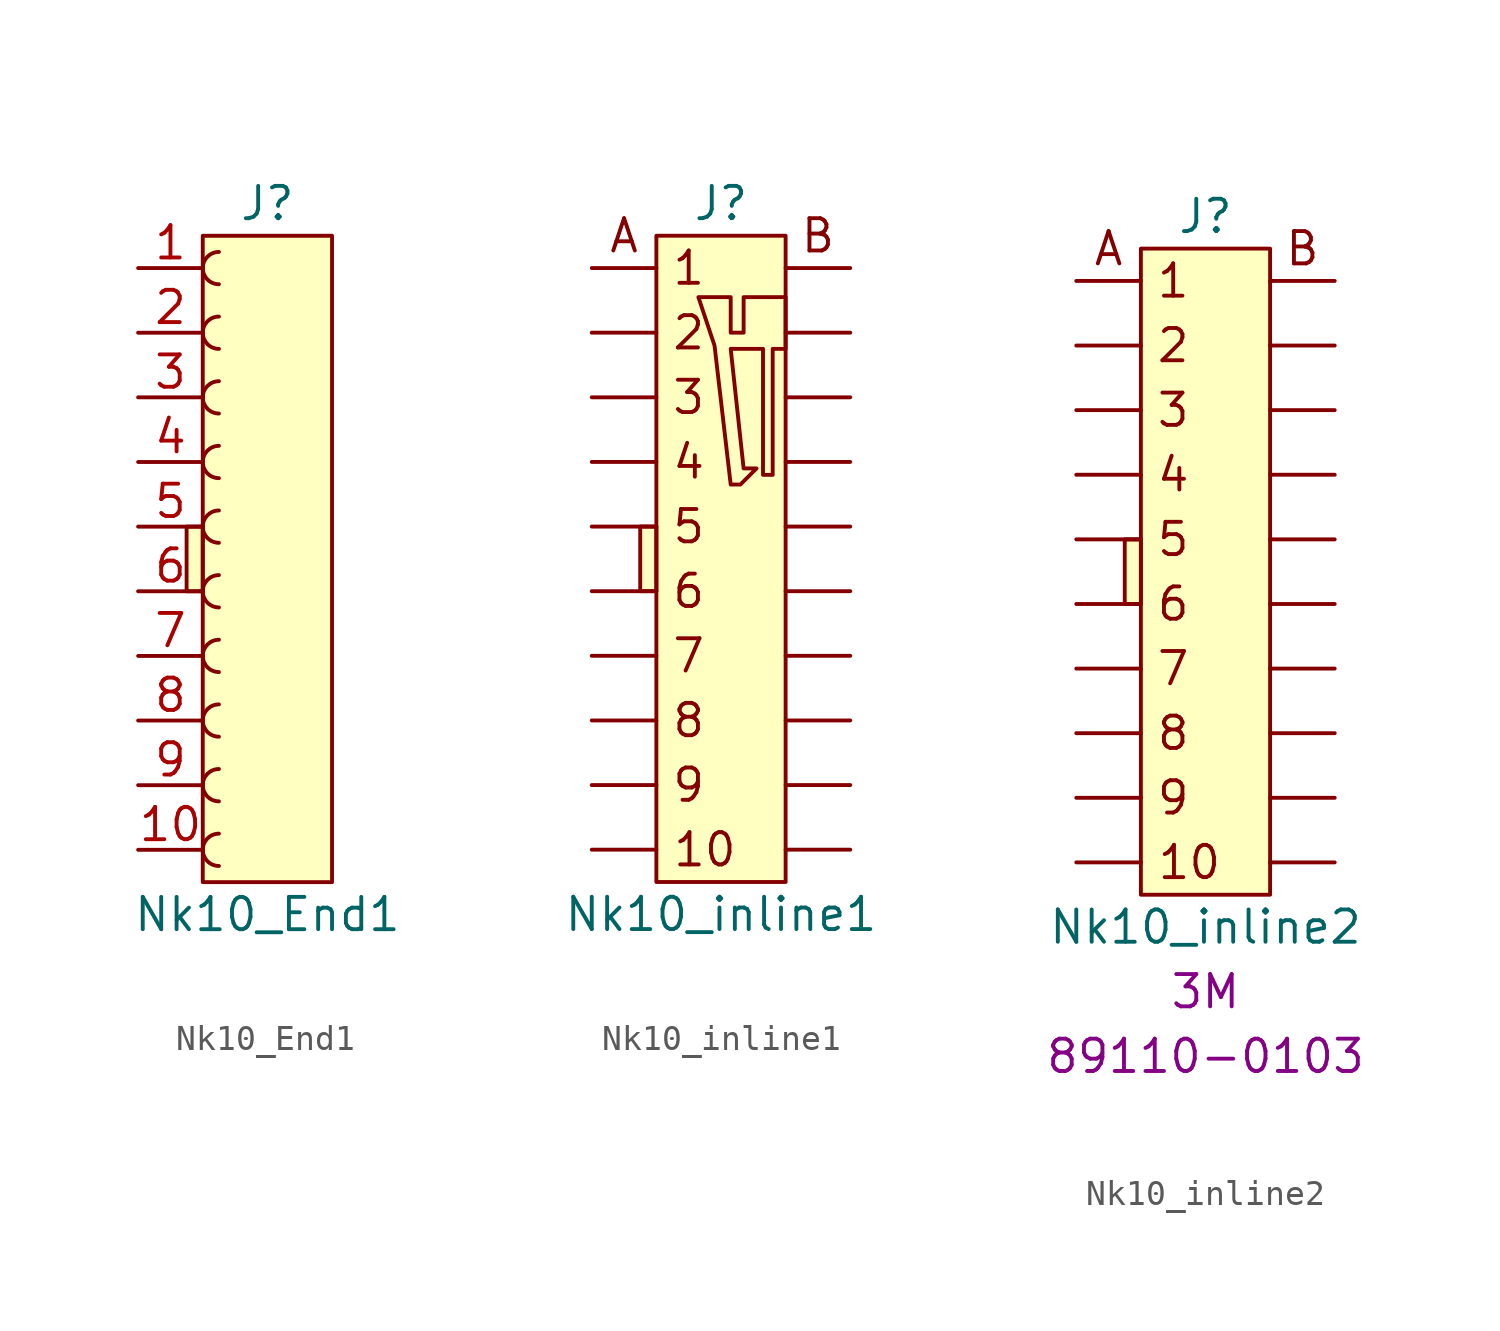
<source format=kicad_sym>
(kicad_symbol_lib
  (version 20220914)
  (generator kicad_symbol_editor)
  (symbol "Nk10_End1"
    (pin_names hide)
    (property "Reference" "J"
      (at 0 13.97 0)
      (effects (font (size 1.27 1.27))))
    (property "Value" "Nk10_End1"
      (at 0 -13.97 0)
      (effects (font (size 1.27 1.27))))
    (symbol "Nk10_End1_0_0"
      (rectangle (start -3.175 1.27) (end -2.54 -1.27) (stroke (width 0) (type default)) (fill (type background)))
      (pin passive line (at -5.08 -11.43 0) (length 2.54) (name "Pin_10" (effects (font (size 1.27 1.27)))) (number "10" (effects (font (size 1.27 1.27)))))
      (pin passive line (at -5.08 -3.81 0) (length 2.54) (name "Pin_7" (effects (font (size 1.27 1.27)))) (number "7" (effects (font (size 1.27 1.27)))))
      (pin passive line (at -5.08 -6.35 0) (length 2.54) (name "Pin_8" (effects (font (size 1.27 1.27)))) (number "8" (effects (font (size 1.27 1.27)))))
      (pin passive line (at -5.08 -8.89 0) (length 2.54) (name "Pin_9" (effects (font (size 1.27 1.27)))) (number "9" (effects (font (size 1.27 1.27))))))
    (symbol "Nk10_End1_0_1"
      (arc (start -1.905 12.065) (mid -2.5373 11.43) (end -1.905 10.795) (stroke (width 0) (type default)) (fill (type none)))
      (polyline (pts (xy -2.54 -12.7) (xy -2.54 12.7) (xy 2.54 12.7) (xy 2.54 -12.7) (xy -2.54 -12.7)) (stroke (width 0) (type default)) (fill (type background))))
    (symbol "Nk10_End1_1_1"
      (arc (start -1.905 -10.795) (mid -2.5373 -11.43) (end -1.905 -12.065) (stroke (width 0) (type default)) (fill (type none)))
      (arc (start -1.905 -8.255) (mid -2.5373 -8.89) (end -1.905 -9.525) (stroke (width 0) (type default)) (fill (type none)))
      (arc (start -1.905 -5.715) (mid -2.5373 -6.35) (end -1.905 -6.985) (stroke (width 0) (type default)) (fill (type none)))
      (arc (start -1.905 -3.175) (mid -2.5373 -3.81) (end -1.905 -4.445) (stroke (width 0) (type default)) (fill (type none)))
      (arc (start -1.905 -0.635) (mid -2.5373 -1.27) (end -1.905 -1.905) (stroke (width 0) (type default)) (fill (type none)))
      (arc (start -1.905 1.905) (mid -2.5373 1.27) (end -1.905 0.635) (stroke (width 0) (type default)) (fill (type none)))
      (arc (start -1.905 4.445) (mid -2.5373 3.81) (end -1.905 3.175) (stroke (width 0) (type default)) (fill (type none)))
      (arc (start -1.905 6.985) (mid -2.5373 6.35) (end -1.905 5.715) (stroke (width 0) (type default)) (fill (type none)))
      (arc (start -1.905 9.525) (mid -2.5373 8.89) (end -1.905 8.255) (stroke (width 0) (type default)) (fill (type none)))
      (pin passive line (at -5.08 11.43 0) (length 2.54) (name "Pin_1" (effects (font (size 1.27 1.27)))) (number "1" (effects (font (size 1.27 1.27)))))
      (pin passive line (at -5.08 8.89 0) (length 2.54) (name "Pin_2" (effects (font (size 1.27 1.27)))) (number "2" (effects (font (size 1.27 1.27)))))
      (pin passive line (at -5.08 6.35 0) (length 2.54) (name "Pin_3" (effects (font (size 1.27 1.27)))) (number "3" (effects (font (size 1.27 1.27)))))
      (pin passive line (at -5.08 3.81 0) (length 2.54) (name "Pin_4" (effects (font (size 1.27 1.27)))) (number "4" (effects (font (size 1.27 1.27)))))
      (pin passive line (at -5.08 1.27 0) (length 2.54) (name "Pin_5" (effects (font (size 1.27 1.27)))) (number "5" (effects (font (size 1.27 1.27)))))
      (pin passive line (at -5.08 -1.27 0) (length 2.54) (name "Pin_6" (effects (font (size 1.27 1.27)))) (number "6" (effects (font (size 1.27 1.27)))))))
  (symbol "Nk10_inline1"
    (pin_numbers hide)
    (pin_names hide)
    (property "Reference" "J"
      (at 0 13.97 0)
      (effects (font (size 1.27 1.27))))
    (property "Value" "Nk10_inline1"
      (at 0 -13.97 0)
      (effects (font (size 1.27 1.27))))
    (symbol "Nk10_inline1_0_0"
      (rectangle (start -3.175 1.27) (end -2.54 -1.27) (stroke (width 0) (type default)) (fill (type background)))
      (text "1" (at -1.27 11.43 0) (effects (font (size 1.27 1.27))))
      (text "10" (at -0.635 -11.43 0) (effects (font (size 1.27 1.27))))
      (text "2" (at -1.27 8.89 0) (effects (font (size 1.27 1.27))))
      (text "3" (at -1.27 6.35 0) (effects (font (size 1.27 1.27))))
      (text "4" (at -1.27 3.81 0) (effects (font (size 1.27 1.27))))
      (text "5" (at -1.27 1.27 0) (effects (font (size 1.27 1.27))))
      (text "6" (at -1.27 -1.27 0) (effects (font (size 1.27 1.27))))
      (text "7" (at -1.27 -3.81 0) (effects (font (size 1.27 1.27))))
      (text "8" (at -1.27 -6.35 0) (effects (font (size 1.27 1.27))))
      (text "9" (at -1.27 -8.89 0) (effects (font (size 1.27 1.27))))
      (text "A" (at -3.81 12.7 0) (effects (font (size 1.27 1.27))))
      (text "B" (at 3.81 12.7 0) (effects (font (size 1.27 1.27))))
      (pin passive line (at -5.08 -11.43 0) (length 2.54) (name "PIN10A" (effects (font (size 1.27 1.27)))) (number "10" (effects (font (size 1.27 1.27)))))
      (pin passive line (at 5.08 11.43 180) (length 2.54) (name "PIN1B" (effects (font (size 1.27 1.27)))) (number "11" (effects (font (size 1.27 1.27)))))
      (pin passive line (at 5.08 8.89 180) (length 2.54) (name "PIN2B" (effects (font (size 1.27 1.27)))) (number "12" (effects (font (size 1.27 1.27)))))
      (pin passive line (at 5.08 6.35 180) (length 2.54) (name "PIN3B" (effects (font (size 1.27 1.27)))) (number "13" (effects (font (size 1.27 1.27)))))
      (pin passive line (at 5.08 3.81 180) (length 2.54) (name "PIN4B" (effects (font (size 1.27 1.27)))) (number "14" (effects (font (size 1.27 1.27)))))
      (pin passive line (at 5.08 1.27 180) (length 2.54) (name "PIN5B" (effects (font (size 1.27 1.27)))) (number "15" (effects (font (size 1.27 1.27)))))
      (pin passive line (at 5.08 -1.27 180) (length 2.54) (name "PIN6B" (effects (font (size 1.27 1.27)))) (number "16" (effects (font (size 1.27 1.27)))))
      (pin passive line (at 5.08 -3.81 180) (length 2.54) (name "PIN7B" (effects (font (size 1.27 1.27)))) (number "17" (effects (font (size 1.27 1.27)))))
      (pin passive line (at 5.08 -6.35 180) (length 2.54) (name "PIN8B" (effects (font (size 1.27 1.27)))) (number "18" (effects (font (size 1.27 1.27)))))
      (pin passive line (at 5.08 -8.89 180) (length 2.54) (name "PIN9B" (effects (font (size 1.27 1.27)))) (number "19" (effects (font (size 1.27 1.27)))))
      (pin passive line (at 5.08 -11.43 180) (length 2.54) (name "PIN10B" (effects (font (size 1.27 1.27)))) (number "20" (effects (font (size 1.27 1.27)))))
      (pin passive line (at -5.08 -3.81 0) (length 2.54) (name "PIN7A" (effects (font (size 1.27 1.27)))) (number "7" (effects (font (size 1.27 1.27)))))
      (pin passive line (at -5.08 -6.35 0) (length 2.54) (name "PIN8A" (effects (font (size 1.27 1.27)))) (number "8" (effects (font (size 1.27 1.27)))))
      (pin passive line (at -5.08 -8.89 0) (length 2.54) (name "PIN9A" (effects (font (size 1.27 1.27)))) (number "9" (effects (font (size 1.27 1.27))))))
    (symbol "Nk10_inline1_0_1"
      (polyline (pts (xy -2.54 -12.7) (xy -2.54 12.7) (xy 2.54 12.7) (xy 2.54 -12.7) (xy -2.54 -12.7)) (stroke (width 0) (type default)) (fill (type background)))
      (polyline (pts (xy 0.381 10.287) (xy -0.889 10.287) (xy -0.254 8.382) (xy 0.381 2.921) (xy 0.762 2.921) (xy 1.397 3.556) (xy 0.889 3.556) (xy 0.381 8.255) (xy 0.889 8.255) (xy 1.651 8.255) (xy 1.651 3.302) (xy 2.032 3.302) (xy 2.032 8.255) (xy 2.54 8.255) (xy 2.54 10.16) (xy 2.54 10.287) (xy 0.889 10.287) (xy 0.889 8.89) (xy 0.381 8.89) (xy 0.381 10.287)) (stroke (width 0) (type default)) (fill (type none))))
    (symbol "Nk10_inline1_1_1"
      (pin passive line (at -5.08 11.43 0) (length 2.54) (name "PIN1A" (effects (font (size 1.27 1.27)))) (number "1" (effects (font (size 1.27 1.27)))))
      (pin passive line (at -5.08 8.89 0) (length 2.54) (name "PIN2A" (effects (font (size 1.27 1.27)))) (number "2" (effects (font (size 1.27 1.27)))))
      (pin passive line (at -5.08 6.35 0) (length 2.54) (name "PIN3A" (effects (font (size 1.27 1.27)))) (number "3" (effects (font (size 1.27 1.27)))))
      (pin passive line (at -5.08 3.81 0) (length 2.54) (name "PIN4A" (effects (font (size 1.27 1.27)))) (number "4" (effects (font (size 1.27 1.27)))))
      (pin passive line (at -5.08 1.27 0) (length 2.54) (name "PIN5A" (effects (font (size 1.27 1.27)))) (number "5" (effects (font (size 1.27 1.27)))))
      (pin passive line (at -5.08 -1.27 0) (length 2.54) (name "PIN6A" (effects (font (size 1.27 1.27)))) (number "6" (effects (font (size 1.27 1.27)))))))
  (symbol "Nk10_inline2"
    (pin_numbers hide)
    (pin_names hide)
    (property "Reference" "J"
      (at 0 13.97 0)
      (effects (font (size 1.27 1.27))))
    (property "Value" "Nk10_inline2"
      (at 0 -13.97 0)
      (effects (font (size 1.27 1.27))))
    (property "Vendor" "3M"
      (at 0 -16.51 0)
      (effects (font (size 1.27 1.27))))
    (property "Vendor_pn" "89110-0103"
      (at 0 -19.05 0)
      (effects (font (size 1.27 1.27))))
    (symbol "Nk10_inline2_0_0"
      (rectangle (start -3.175 1.27) (end -2.54 -1.27) (stroke (width 0) (type default)) (fill (type background)))
      (text "1" (at -1.27 11.43 0) (effects (font (size 1.27 1.27))))
      (text "10" (at -0.635 -11.43 0) (effects (font (size 1.27 1.27))))
      (text "2" (at -1.27 8.89 0) (effects (font (size 1.27 1.27))))
      (text "3" (at -1.27 6.35 0) (effects (font (size 1.27 1.27))))
      (text "4" (at -1.27 3.81 0) (effects (font (size 1.27 1.27))))
      (text "5" (at -1.27 1.27 0) (effects (font (size 1.27 1.27))))
      (text "6" (at -1.27 -1.27 0) (effects (font (size 1.27 1.27))))
      (text "7" (at -1.27 -3.81 0) (effects (font (size 1.27 1.27))))
      (text "8" (at -1.27 -6.35 0) (effects (font (size 1.27 1.27))))
      (text "9" (at -1.27 -8.89 0) (effects (font (size 1.27 1.27))))
      (text "A" (at -3.81 12.7 0) (effects (font (size 1.27 1.27))))
      (text "B" (at 3.81 12.7 0) (effects (font (size 1.27 1.27))))
      (pin passive line (at -5.08 -11.43 0) (length 2.54) (name "PIN10A" (effects (font (size 1.27 1.27)))) (number "10" (effects (font (size 1.27 1.27)))))
      (pin passive line (at 5.08 11.43 180) (length 2.54) (name "PIN1B" (effects (font (size 1.27 1.27)))) (number "11" (effects (font (size 1.27 1.27)))))
      (pin passive line (at 5.08 8.89 180) (length 2.54) (name "PIN2B" (effects (font (size 1.27 1.27)))) (number "12" (effects (font (size 1.27 1.27)))))
      (pin passive line (at 5.08 6.35 180) (length 2.54) (name "PIN3B" (effects (font (size 1.27 1.27)))) (number "13" (effects (font (size 1.27 1.27)))))
      (pin passive line (at 5.08 3.81 180) (length 2.54) (name "PIN4B" (effects (font (size 1.27 1.27)))) (number "14" (effects (font (size 1.27 1.27)))))
      (pin passive line (at 5.08 1.27 180) (length 2.54) (name "PIN5B" (effects (font (size 1.27 1.27)))) (number "15" (effects (font (size 1.27 1.27)))))
      (pin passive line (at 5.08 -1.27 180) (length 2.54) (name "PIN6B" (effects (font (size 1.27 1.27)))) (number "16" (effects (font (size 1.27 1.27)))))
      (pin passive line (at 5.08 -3.81 180) (length 2.54) (name "PIN7B" (effects (font (size 1.27 1.27)))) (number "17" (effects (font (size 1.27 1.27)))))
      (pin passive line (at 5.08 -6.35 180) (length 2.54) (name "PIN8B" (effects (font (size 1.27 1.27)))) (number "18" (effects (font (size 1.27 1.27)))))
      (pin passive line (at 5.08 -8.89 180) (length 2.54) (name "PIN9B" (effects (font (size 1.27 1.27)))) (number "19" (effects (font (size 1.27 1.27)))))
      (pin passive line (at 5.08 -11.43 180) (length 2.54) (name "PIN10B" (effects (font (size 1.27 1.27)))) (number "20" (effects (font (size 1.27 1.27)))))
      (pin passive line (at -5.08 -3.81 0) (length 2.54) (name "PIN7A" (effects (font (size 1.27 1.27)))) (number "7" (effects (font (size 1.27 1.27)))))
      (pin passive line (at -5.08 -6.35 0) (length 2.54) (name "PIN8A" (effects (font (size 1.27 1.27)))) (number "8" (effects (font (size 1.27 1.27)))))
      (pin passive line (at -5.08 -8.89 0) (length 2.54) (name "PIN9A" (effects (font (size 1.27 1.27)))) (number "9" (effects (font (size 1.27 1.27))))))
    (symbol "Nk10_inline2_0_1"
      (polyline (pts (xy -2.54 -12.7) (xy -2.54 12.7) (xy 2.54 12.7) (xy 2.54 -12.7) (xy -2.54 -12.7)) (stroke (width 0) (type default)) (fill (type background))))
    (symbol "Nk10_inline2_1_1"
      (pin passive line (at -5.08 11.43 0) (length 2.54) (name "PIN1A" (effects (font (size 1.27 1.27)))) (number "1" (effects (font (size 1.27 1.27)))))
      (pin passive line (at -5.08 8.89 0) (length 2.54) (name "PIN2A" (effects (font (size 1.27 1.27)))) (number "2" (effects (font (size 1.27 1.27)))))
      (pin passive line (at -5.08 6.35 0) (length 2.54) (name "PIN3A" (effects (font (size 1.27 1.27)))) (number "3" (effects (font (size 1.27 1.27)))))
      (pin passive line (at -5.08 3.81 0) (length 2.54) (name "PIN4A" (effects (font (size 1.27 1.27)))) (number "4" (effects (font (size 1.27 1.27)))))
      (pin passive line (at -5.08 1.27 0) (length 2.54) (name "PIN5A" (effects (font (size 1.27 1.27)))) (number "5" (effects (font (size 1.27 1.27)))))
      (pin passive line (at -5.08 -1.27 0) (length 2.54) (name "PIN6A" (effects (font (size 1.27 1.27)))) (number "6" (effects (font (size 1.27 1.27))))))))
</source>
